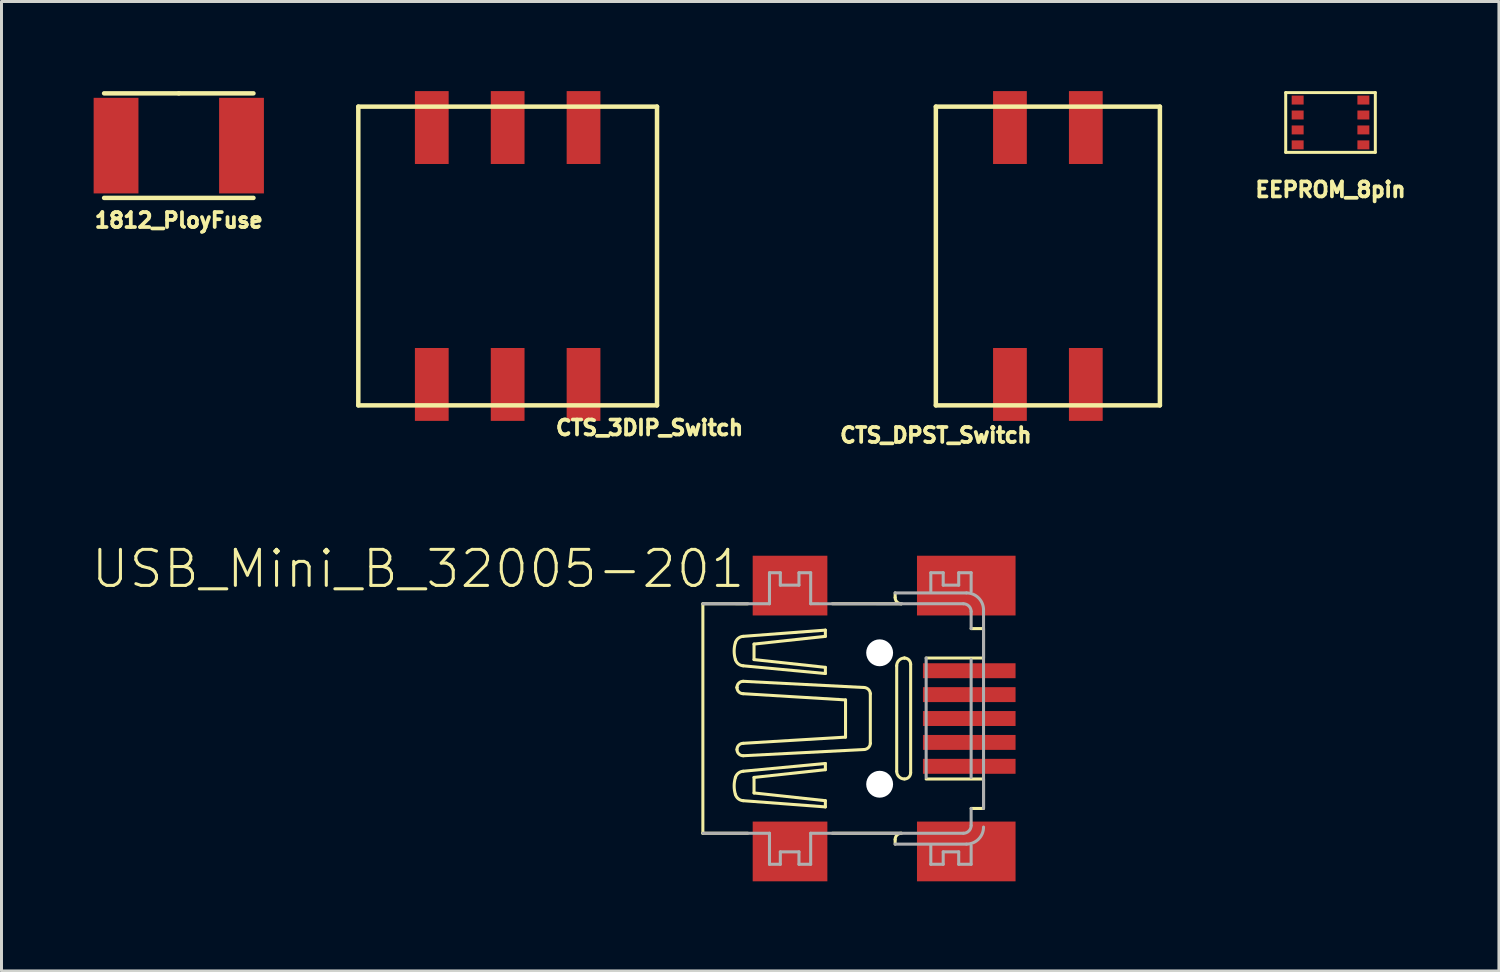
<source format=kicad_pcb>
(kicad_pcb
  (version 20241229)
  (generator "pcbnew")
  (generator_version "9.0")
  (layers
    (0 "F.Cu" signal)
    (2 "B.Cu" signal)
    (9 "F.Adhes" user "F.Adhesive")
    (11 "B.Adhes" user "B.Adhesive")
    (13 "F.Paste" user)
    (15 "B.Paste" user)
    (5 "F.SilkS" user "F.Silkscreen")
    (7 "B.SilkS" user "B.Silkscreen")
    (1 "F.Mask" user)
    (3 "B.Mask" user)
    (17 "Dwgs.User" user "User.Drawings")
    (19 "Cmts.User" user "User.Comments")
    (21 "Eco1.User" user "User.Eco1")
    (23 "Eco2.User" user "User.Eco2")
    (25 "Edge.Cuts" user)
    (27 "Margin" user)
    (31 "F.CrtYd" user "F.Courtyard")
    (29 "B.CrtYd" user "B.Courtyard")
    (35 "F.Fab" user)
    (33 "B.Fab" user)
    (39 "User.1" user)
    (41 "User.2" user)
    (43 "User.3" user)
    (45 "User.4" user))
  (footprint "1812_PloyFuse"
    (layer "F.Cu")
    (at 2.935 1.825)
    (property "Reference" "1812_PloyFuse" (at 0 2.5 0) (layer "F.SilkS") (effects (font (size 0.5 0.5) (thickness 0.125))))
    (attr through_hole)
    (fp_line (start -2.5 -1.75) (end 0 -1.75) (stroke (width 0.15) (type solid)) (layer "F.SilkS"))
    (fp_line (start 0 -1.75) (end 2.5 -1.75) (stroke (width 0.15) (type solid)) (layer "F.SilkS"))
    (fp_line (start 2.5 1.75) (end -2.5 1.75) (stroke (width 0.15) (type solid)) (layer "F.SilkS"))
    (pad "1" smd rect (at -2.1 0) (size 1.5 3.2) (layers "F.Cu" "F.Mask" "F.Paste"))
    (pad "2" smd rect (at 2.1 0) (size 1.5 3.2) (layers "F.Cu" "F.Mask" "F.Paste")))
  (footprint "CTS_DPST_Switch"
    (layer "F.Cu")
    (at 32.03 5.52)
    (property "Reference" "CTS_DPST_Switch" (at -3.75 6 0) (layer "F.SilkS") (effects (font (size 0.5 0.5) (thickness 0.125))))
    (attr through_hole)
    (fp_line (start -3.75 -5) (end -3.75 5) (stroke (width 0.15) (type solid)) (layer "F.SilkS"))
    (fp_line (start -3.75 5) (end 3.75 5) (stroke (width 0.15) (type solid)) (layer "F.SilkS"))
    (fp_line (start 3.75 -5) (end -3.75 -5) (stroke (width 0.15) (type solid)) (layer "F.SilkS"))
    (fp_line (start 3.75 5) (end 3.75 -5) (stroke (width 0.15) (type solid)) (layer "F.SilkS"))
    (pad "1" smd rect (at -1.27 -4.3) (size 1.13 2.44) (layers "F.Cu" "F.Mask" "F.Paste"))
    (pad "2" smd rect (at 1.27 -4.3) (size 1.13 2.44) (layers "F.Cu" "F.Mask" "F.Paste"))
    (pad "3" smd rect (at 1.27 4.3) (size 1.13 2.44) (layers "F.Cu" "F.Mask" "F.Paste"))
    (pad "4" smd rect (at -1.27 4.3) (size 1.13 2.44) (layers "F.Cu" "F.Mask" "F.Paste")))
  (footprint "USB_Mini_B_32005-201"
    (layer "F.Cu")
    (at 26.398 21.004)
    (property "Reference" "USB_Mini_B_32005-201" (at -4.445 -5.715 0) (layer "F.SilkS") (effects (font (size 1.206 1.206) (thickness 0.102)) (justify right top)))
    (attr through_hole)
    (fp_line (start -5.918 -3.842) (end -4.415 -3.841) (stroke (width 0.102) (type solid)) (layer "F.SilkS"))
    (fp_line (start -5.918 3.841) (end -5.918 -3.842) (stroke (width 0.102) (type solid)) (layer "F.SilkS"))
    (fp_line (start -5.918 3.841) (end -4.415 3.841) (stroke (width 0.102) (type solid)) (layer "F.SilkS"))
    (fp_line (start -5.918 3.841) (end -5.918 3.841) (stroke (width 0.102) (type solid)) (layer "F.SilkS"))
    (fp_line (start -4.776 -1.038) (end -4.776 -1.038) (stroke (width 0.102) (type solid)) (layer "F.SilkS"))
    (fp_line (start -4.569 -1.765) (end -1.817 -1.506) (stroke (width 0.102) (type solid)) (layer "F.SilkS"))
    (fp_line (start -4.569 -0.831) (end -1.142 -0.623) (stroke (width 0.102) (type solid)) (layer "F.SilkS"))
    (fp_line (start -4.569 0.83) (end -1.142 0.623) (stroke (width 0.102) (type solid)) (layer "F.SilkS"))
    (fp_line (start -4.569 1.765) (end -1.817 1.505) (stroke (width 0.102) (type solid)) (layer "F.SilkS"))
    (fp_line (start -4.568 -1.246) (end -0.519 -1.038) (stroke (width 0.102) (type solid)) (layer "F.SilkS"))
    (fp_line (start -4.568 1.246) (end -0.519 1.038) (stroke (width 0.102) (type solid)) (layer "F.SilkS"))
    (fp_line (start -4.205 -2.492) (end -1.817 -2.751) (stroke (width 0.102) (type solid)) (layer "F.SilkS"))
    (fp_line (start -4.205 -1.973) (end -4.205 -2.492) (stroke (width 0.102) (type solid)) (layer "F.SilkS"))
    (fp_line (start -4.205 1.972) (end -4.205 2.492) (stroke (width 0.102) (type solid)) (layer "F.SilkS"))
    (fp_line (start -4.205 2.492) (end -1.817 2.751) (stroke (width 0.102) (type solid)) (layer "F.SilkS"))
    (fp_line (start -1.817 -2.959) (end -4.569 -2.751) (stroke (width 0.102) (type solid)) (layer "F.SilkS"))
    (fp_line (start -1.817 -2.751) (end -1.817 -2.959) (stroke (width 0.102) (type solid)) (layer "F.SilkS"))
    (fp_line (start -1.817 -1.713) (end -4.205 -1.973) (stroke (width 0.102) (type solid)) (layer "F.SilkS"))
    (fp_line (start -1.817 -1.506) (end -1.817 -1.713) (stroke (width 0.102) (type solid)) (layer "F.SilkS"))
    (fp_line (start -1.817 1.505) (end -1.817 1.713) (stroke (width 0.102) (type solid)) (layer "F.SilkS"))
    (fp_line (start -1.817 1.713) (end -4.205 1.972) (stroke (width 0.102) (type solid)) (layer "F.SilkS"))
    (fp_line (start -1.817 2.751) (end -1.817 2.959) (stroke (width 0.102) (type solid)) (layer "F.SilkS"))
    (fp_line (start -1.817 2.959) (end -4.569 2.751) (stroke (width 0.102) (type solid)) (layer "F.SilkS"))
    (fp_line (start -1.583 3.841) (end 0.727 3.841) (stroke (width 0.102) (type solid)) (layer "F.SilkS"))
    (fp_line (start -1.583 -3.842) (end 0.727 -3.842) (stroke (width 0.102) (type solid)) (layer "F.SilkS"))
    (fp_line (start -1.142 0.623) (end -1.142 -0.623) (stroke (width 0.102) (type solid)) (layer "F.SilkS"))
    (fp_line (start -0.312 0.83) (end -0.312 -0.831) (stroke (width 0.102) (type solid)) (layer "F.SilkS"))
    (fp_line (start 0.519 -4.049) (end 0.519 -4.205) (stroke (width 0.102) (type solid)) (layer "F.SilkS"))
    (fp_line (start 0.519 4.049) (end 0.519 4.205) (stroke (width 0.102) (type solid)) (layer "F.SilkS"))
    (fp_line (start 0.571 -1.765) (end 0.571 1.765) (stroke (width 0.102) (type solid)) (layer "F.SilkS"))
    (fp_line (start 0.831 -2.025) (end 0.83 -2.025) (stroke (width 0.102) (type solid)) (layer "F.SilkS"))
    (fp_line (start 1.038 1.817) (end 1.038 -1.817) (stroke (width 0.102) (type solid)) (layer "F.SilkS"))
    (fp_line (start 1.557 -2.025) (end 3.426 -2.025) (stroke (width 0.102) (type solid)) (layer "F.SilkS"))
    (fp_line (start 1.557 2.025) (end 3.426 2.025) (stroke (width 0.102) (type solid)) (layer "F.SilkS"))
    (fp_line (start 3.063 -3.011) (end 3.426 -3.011) (stroke (width 0.102) (type solid)) (layer "F.SilkS"))
    (fp_line (start 3.063 3.011) (end 3.426 3.011) (stroke (width 0.102) (type solid)) (layer "F.SilkS"))
    (fp_line (start 3.478 2.025) (end 3.478 3.011) (stroke (width 0.102) (type solid)) (layer "F.SilkS"))
    (fp_line (start 3.478 -3.011) (end 3.478 -2.025) (stroke (width 0.102) (type solid)) (layer "F.SilkS"))
    (fp_arc (start -4.828 -2.5438) (mid -4.730297 -2.687659) (end -4.5685 -2.7514) (stroke (width 0.1016) (type solid)) (layer "F.SilkS"))
    (fp_arc (start -4.828 -1.9727) (mid -4.870802 -2.25825) (end -4.828 -2.5438) (stroke (width 0.1016) (type solid)) (layer "F.SilkS"))
    (fp_arc (start -4.828 1.9725) (mid -4.730298 1.828641) (end -4.568501 1.764899) (stroke (width 0.1016) (type solid)) (layer "F.SilkS"))
    (fp_arc (start -4.828 2.5436) (mid -4.870802 2.25805) (end -4.828 1.9725) (stroke (width 0.1016) (type solid)) (layer "F.SilkS"))
    (fp_arc (start -4.7761 -1.0383) (mid -4.715295 -1.185095) (end -4.5685 -1.2459) (stroke (width 0.1016) (type solid)) (layer "F.SilkS"))
    (fp_arc (start -4.7761 1.038) (mid -4.715295 0.891205) (end -4.5685 0.8304) (stroke (width 0.1016) (type solid)) (layer "F.SilkS"))
    (fp_arc (start -4.568501 -1.765099) (mid -4.730298 -1.828841) (end -4.828 -1.9727) (stroke (width 0.1016) (type solid)) (layer "F.SilkS"))
    (fp_arc (start -4.5685 -0.8306) (mid -4.715295 -0.891405) (end -4.7761 -1.0382) (stroke (width 0.1016) (type solid)) (layer "F.SilkS"))
    (fp_arc (start -4.5685 1.2457) (mid -4.715295 1.184895) (end -4.7761 1.0381) (stroke (width 0.1016) (type solid)) (layer "F.SilkS"))
    (fp_arc (start -4.5685 2.7512) (mid -4.730297 2.687459) (end -4.828 2.5436) (stroke (width 0.1016) (type solid)) (layer "F.SilkS"))
    (fp_arc (start -0.5192 -1.0383) (mid -0.375653 -0.974177) (end -0.311598 -0.8306) (stroke (width 0.1016) (type solid)) (layer "F.SilkS"))
    (fp_arc (start -0.311599 0.830399) (mid -0.375679 0.973951) (end -0.5192 1.0381) (stroke (width 0.1016) (type solid)) (layer "F.SilkS"))
    (fp_arc (start 0.519 4.049) (mid 0.579805 3.902205) (end 0.7266 3.8414) (stroke (width 0.1016) (type solid)) (layer "F.SilkS"))
    (fp_arc (start 0.570899 -1.765099) (mid 0.646934 -1.948565) (end 0.8304 -2.0246) (stroke (width 0.1016) (type solid)) (layer "F.SilkS"))
    (fp_arc (start 0.7266 -3.8416) (mid 0.579805 -3.902405) (end 0.519 -4.0492) (stroke (width 0.1016) (type solid)) (layer "F.SilkS"))
    (fp_arc (start 0.8304 2.0244) (mid 0.646993 1.948306) (end 0.570899 1.764899) (stroke (width 0.1016) (type solid)) (layer "F.SilkS"))
    (fp_arc (start 0.8305 -2.0246) (mid 0.977325 -1.963825) (end 1.0381 -1.817) (stroke (width 0.1016) (type solid)) (layer "F.SilkS"))
    (fp_arc (start 1.0381 1.8168) (mid 0.977325 1.963625) (end 0.8305 2.0244) (stroke (width 0.1016) (type solid)) (layer "F.SilkS"))
    (fp_line (start -5.918 -3.842) (end -3.688 -3.842) (stroke (width 0.102) (type solid)) (layer "F.Fab"))
    (fp_line (start -5.918 3.841) (end -3.688 3.841) (stroke (width 0.102) (type solid)) (layer "F.Fab"))
    (fp_line (start -3.688 -4.88) (end -3.325 -4.88) (stroke (width 0.102) (type solid)) (layer "F.Fab"))
    (fp_line (start -3.688 -3.842) (end -3.688 -4.88) (stroke (width 0.102) (type solid)) (layer "F.Fab"))
    (fp_line (start -3.688 3.841) (end -3.688 4.88) (stroke (width 0.102) (type solid)) (layer "F.Fab"))
    (fp_line (start -3.688 4.88) (end -3.325 4.88) (stroke (width 0.102) (type solid)) (layer "F.Fab"))
    (fp_line (start -3.325 -4.88) (end -3.325 -4.465) (stroke (width 0.102) (type solid)) (layer "F.Fab"))
    (fp_line (start -3.325 -4.465) (end -2.701 -4.465) (stroke (width 0.102) (type solid)) (layer "F.Fab"))
    (fp_line (start -3.325 4.464) (end -2.701 4.464) (stroke (width 0.102) (type solid)) (layer "F.Fab"))
    (fp_line (start -3.325 4.88) (end -3.325 4.464) (stroke (width 0.102) (type solid)) (layer "F.Fab"))
    (fp_line (start -2.701 -4.88) (end -2.309 -4.88) (stroke (width 0.102) (type solid)) (layer "F.Fab"))
    (fp_line (start -2.701 -4.465) (end -2.701 -4.88) (stroke (width 0.102) (type solid)) (layer "F.Fab"))
    (fp_line (start -2.701 4.464) (end -2.701 4.88) (stroke (width 0.102) (type solid)) (layer "F.Fab"))
    (fp_line (start -2.701 4.88) (end -2.309 4.88) (stroke (width 0.102) (type solid)) (layer "F.Fab"))
    (fp_line (start -2.309 -4.88) (end -2.309 -3.842) (stroke (width 0.102) (type solid)) (layer "F.Fab"))
    (fp_line (start -2.309 -3.842) (end 0.727 -3.841) (stroke (width 0.102) (type solid)) (layer "F.Fab"))
    (fp_line (start -2.309 3.841) (end 2.803 3.841) (stroke (width 0.102) (type solid)) (layer "F.Fab"))
    (fp_line (start -2.309 4.88) (end -2.309 3.841) (stroke (width 0.102) (type solid)) (layer "F.Fab"))
    (fp_line (start 0.519 -4.205) (end 2.907 -4.205) (stroke (width 0.102) (type solid)) (layer "F.Fab"))
    (fp_line (start 0.519 4.205) (end 2.907 4.205) (stroke (width 0.102) (type solid)) (layer "F.Fab"))
    (fp_line (start 1.557 1.972) (end 1.557 -2.025) (stroke (width 0.102) (type solid)) (layer "F.Fab"))
    (fp_line (start 1.713 -4.88) (end 2.128 -4.88) (stroke (width 0.102) (type solid)) (layer "F.Fab"))
    (fp_line (start 1.713 -4.257) (end 1.713 -4.88) (stroke (width 0.102) (type solid)) (layer "F.Fab"))
    (fp_line (start 1.713 4.257) (end 1.713 4.88) (stroke (width 0.102) (type solid)) (layer "F.Fab"))
    (fp_line (start 1.713 4.88) (end 2.128 4.88) (stroke (width 0.102) (type solid)) (layer "F.Fab"))
    (fp_line (start 2.128 -4.88) (end 2.128 -4.465) (stroke (width 0.102) (type solid)) (layer "F.Fab"))
    (fp_line (start 2.128 -4.465) (end 2.647 -4.465) (stroke (width 0.102) (type solid)) (layer "F.Fab"))
    (fp_line (start 2.128 4.464) (end 2.647 4.464) (stroke (width 0.102) (type solid)) (layer "F.Fab"))
    (fp_line (start 2.128 4.88) (end 2.128 4.464) (stroke (width 0.102) (type solid)) (layer "F.Fab"))
    (fp_line (start 2.647 -4.88) (end 3.063 -4.88) (stroke (width 0.102) (type solid)) (layer "F.Fab"))
    (fp_line (start 2.647 -4.465) (end 2.647 -4.88) (stroke (width 0.102) (type solid)) (layer "F.Fab"))
    (fp_line (start 2.647 4.464) (end 2.647 4.88) (stroke (width 0.102) (type solid)) (layer "F.Fab"))
    (fp_line (start 2.647 4.88) (end 3.063 4.88) (stroke (width 0.102) (type solid)) (layer "F.Fab"))
    (fp_line (start 2.803 -3.842) (end 0.727 -3.842) (stroke (width 0.102) (type solid)) (layer "F.Fab"))
    (fp_line (start 3.063 -4.88) (end 3.063 -4.257) (stroke (width 0.102) (type solid)) (layer "F.Fab"))
    (fp_line (start 3.063 -3.582) (end 3.063 -3.011) (stroke (width 0.102) (type solid)) (layer "F.Fab"))
    (fp_line (start 3.063 1.973) (end 3.063 -1.973) (stroke (width 0.102) (type solid)) (layer "F.Fab"))
    (fp_line (start 3.063 3.582) (end 3.063 3.011) (stroke (width 0.102) (type solid)) (layer "F.Fab"))
    (fp_line (start 3.063 4.88) (end 3.063 4.257) (stroke (width 0.102) (type solid)) (layer "F.Fab"))
    (fp_line (start 3.478 -3.634) (end 3.478 3.011) (stroke (width 0.102) (type solid)) (layer "F.Fab"))
    (fp_arc (start 2.8032 -3.8416) (mid 2.986694 -3.765594) (end 3.0627 -3.5821) (stroke (width 0.1016) (type solid)) (layer "F.Fab"))
    (fp_arc (start 2.907 -4.205) (mid 3.310829 -4.037729) (end 3.4781 -3.6339) (stroke (width 0.1016) (type solid)) (layer "F.Fab"))
    (fp_arc (start 3.0627 3.5819) (mid 2.986724 3.765424) (end 2.8032 3.8414) (stroke (width 0.1016) (type solid)) (layer "F.Fab"))
    (fp_arc (start 3.4781 3.6337) (mid 3.310858 4.037558) (end 2.907 4.2048) (stroke (width 0.1016) (type solid)) (layer "F.Fab"))
    (pad "" np_thru_hole circle (at 0 -2.2) (size 0.9 0.9) (drill 0.9) (layers "*.Cu"))
    (pad "" np_thru_hole circle (at 0 2.2) (size 0.9 0.9) (drill 0.9) (layers "*.Cu"))
    (pad "1" smd rect (at 3 -1.6) (size 3.1 0.5) (layers "F.Cu" "F.Mask" "F.Paste"))
    (pad "2" smd rect (at 3 -0.8) (size 3.1 0.5) (layers "F.Cu" "F.Mask" "F.Paste"))
    (pad "3" smd rect (at 3 0) (size 3.1 0.5) (layers "F.Cu" "F.Mask" "F.Paste"))
    (pad "4" smd rect (at 3 0.8) (size 3.1 0.5) (layers "F.Cu" "F.Mask" "F.Paste"))
    (pad "5" smd rect (at 3 1.6) (size 3.1 0.5) (layers "F.Cu" "F.Mask" "F.Paste"))
    (pad "6" smd rect (at -3 -4.45) (size 2.5 2) (layers "F.Cu" "F.Mask" "F.Paste"))
    (pad "6" smd rect (at -3 4.45) (size 2.5 2) (layers "F.Cu" "F.Mask" "F.Paste"))
    (pad "6" smd rect (at 2.9 -4.45) (size 3.3 2) (layers "F.Cu" "F.Mask" "F.Paste"))
    (pad "6" smd rect (at 2.9 4.45) (size 3.3 2) (layers "F.Cu" "F.Mask" "F.Paste")))
  (footprint "CTS_3DIP_Switch"
    (layer "F.Cu")
    (at 13.945 5.52)
    (property "Reference" "CTS_3DIP_Switch" (at 4.75 5.75 0) (layer "F.SilkS") (effects (font (size 0.5 0.5) (thickness 0.125))))
    (attr through_hole)
    (fp_line (start -5 -5) (end -5 5) (stroke (width 0.15) (type solid)) (layer "F.SilkS"))
    (fp_line (start -5 5) (end 5 5) (stroke (width 0.15) (type solid)) (layer "F.SilkS"))
    (fp_line (start 5 -5) (end -5 -5) (stroke (width 0.15) (type solid)) (layer "F.SilkS"))
    (fp_line (start 5 5) (end 5 -5) (stroke (width 0.15) (type solid)) (layer "F.SilkS"))
    (pad "1" smd rect (at -2.54 -4.3) (size 1.13 2.44) (layers "F.Cu" "F.Mask" "F.Paste"))
    (pad "2" smd rect (at 0 -4.3) (size 1.13 2.44) (layers "F.Cu" "F.Mask" "F.Paste"))
    (pad "3" smd rect (at 2.54 -4.3) (size 1.13 2.44) (layers "F.Cu" "F.Mask" "F.Paste"))
    (pad "4" smd rect (at 2.54 4.3) (size 1.13 2.44) (layers "F.Cu" "F.Mask" "F.Paste"))
    (pad "5" smd rect (at 0 4.3) (size 1.13 2.44) (layers "F.Cu" "F.Mask" "F.Paste"))
    (pad "6" smd rect (at -2.54 4.3) (size 1.13 2.44) (layers "F.Cu" "F.Mask" "F.Paste")))
  (footprint "EEPROM_8pin"
    (layer "F.Cu")
    (at 41.492 1.05)
    (property "Reference" "EEPROM_8pin" (at 0 2.25 0) (layer "F.SilkS") (effects (font (size 0.5 0.5) (thickness 0.125))))
    (attr through_hole)
    (fp_line (start -1.5 -1) (end -1.5 1) (stroke (width 0.1) (type solid)) (layer "F.SilkS"))
    (fp_line (start -1.5 1) (end 1.5 1) (stroke (width 0.1) (type solid)) (layer "F.SilkS"))
    (fp_line (start 1.5 -1) (end -1.5 -1) (stroke (width 0.1) (type solid)) (layer "F.SilkS"))
    (fp_line (start 1.5 1) (end 1.5 -1) (stroke (width 0.1) (type solid)) (layer "F.SilkS"))
    (pad "1" smd rect (at -1.1 -0.75) (size 0.4 0.3) (layers "F.Cu" "F.Mask" "F.Paste"))
    (pad "2" smd rect (at -1.1 -0.25) (size 0.4 0.3) (layers "F.Cu" "F.Mask" "F.Paste"))
    (pad "3" smd rect (at -1.1 0.25) (size 0.4 0.3) (layers "F.Cu" "F.Mask" "F.Paste"))
    (pad "4" smd rect (at -1.1 0.75) (size 0.4 0.3) (layers "F.Cu" "F.Mask" "F.Paste"))
    (pad "5" smd rect (at 1.1 0.75) (size 0.4 0.3) (layers "F.Cu" "F.Mask" "F.Paste"))
    (pad "6" smd rect (at 1.1 0.25) (size 0.4 0.3) (layers "F.Cu" "F.Mask" "F.Paste"))
    (pad "7" smd rect (at 1.1 -0.25) (size 0.4 0.3) (layers "F.Cu" "F.Mask" "F.Paste"))
    (pad "8" smd rect (at 1.1 -0.75) (size 0.4 0.3) (layers "F.Cu" "F.Mask" "F.Paste")))
  (gr_rect
    (start -3 -3)
    (end 47.13 29.454)
    (stroke (width 0.1) (type default))
    (fill no)
    (layer "Edge.Cuts")))
</source>
